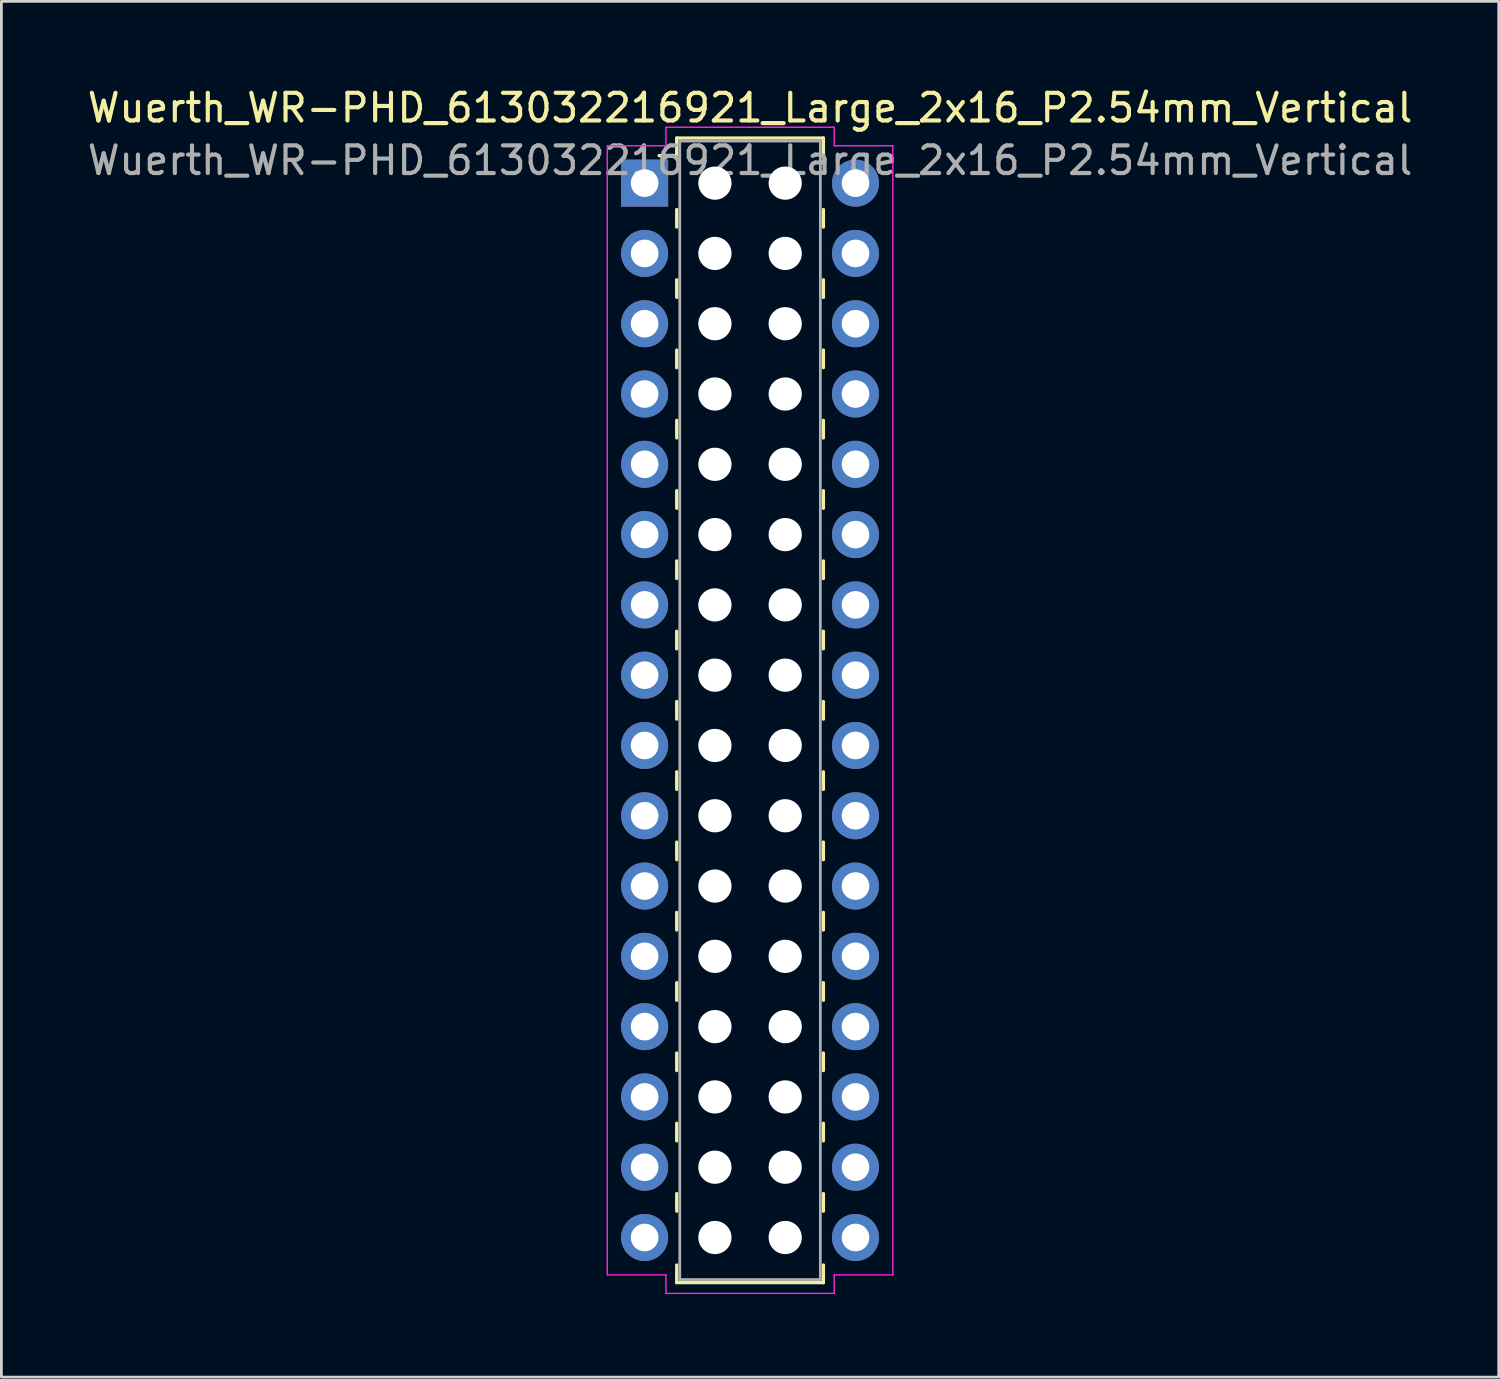
<source format=kicad_pcb>
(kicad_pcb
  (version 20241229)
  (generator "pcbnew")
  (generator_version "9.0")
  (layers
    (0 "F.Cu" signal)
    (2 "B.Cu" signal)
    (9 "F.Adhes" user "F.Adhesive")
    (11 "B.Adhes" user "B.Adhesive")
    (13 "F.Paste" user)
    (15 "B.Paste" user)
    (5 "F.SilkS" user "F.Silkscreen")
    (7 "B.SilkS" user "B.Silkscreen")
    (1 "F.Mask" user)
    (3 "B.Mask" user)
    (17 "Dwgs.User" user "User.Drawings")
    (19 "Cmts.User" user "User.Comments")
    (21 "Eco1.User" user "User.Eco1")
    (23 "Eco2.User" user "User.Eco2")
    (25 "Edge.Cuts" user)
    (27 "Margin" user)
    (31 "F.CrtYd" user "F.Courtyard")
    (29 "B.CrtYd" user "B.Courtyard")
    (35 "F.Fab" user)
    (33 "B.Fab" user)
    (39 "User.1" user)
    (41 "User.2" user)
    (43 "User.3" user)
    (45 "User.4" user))
  (footprint "Wuerth_WR-PHD_613032216921_Large_2x16_P2.54mm_Vertical"
    (layer "F.Cu")
    (at 20.244 3.568)
    (property "Reference" "Wuerth_WR-PHD_613032216921_Large_2x16_P2.54mm_Vertical" (at 3.81 -2.72 0) (layer "F.SilkS") (effects (font (size 1 1) (thickness 0.15))))
    (attr through_hole)
    (fp_line (start 1.16 -1.63) (end 1.16 -0.995) (stroke (width 0.12) (type solid)) (layer "F.SilkS"))
    (fp_line (start 1.16 -1.63) (end 6.46 -1.63) (stroke (width 0.12) (type solid)) (layer "F.SilkS"))
    (fp_line (start 1.16 -0.995) (end 0.525 -0.995) (stroke (width 0.12) (type solid)) (layer "F.SilkS"))
    (fp_line (start 1.16 0.953) (end 1.16 1.587) (stroke (width 0.12) (type solid)) (layer "F.SilkS"))
    (fp_line (start 1.16 3.493) (end 1.16 4.128) (stroke (width 0.12) (type solid)) (layer "F.SilkS"))
    (fp_line (start 1.16 6.032) (end 1.16 6.668) (stroke (width 0.12) (type solid)) (layer "F.SilkS"))
    (fp_line (start 1.16 8.572) (end 1.16 9.207) (stroke (width 0.12) (type solid)) (layer "F.SilkS"))
    (fp_line (start 1.16 11.113) (end 1.16 11.748) (stroke (width 0.12) (type solid)) (layer "F.SilkS"))
    (fp_line (start 1.16 13.652) (end 1.16 14.287) (stroke (width 0.12) (type solid)) (layer "F.SilkS"))
    (fp_line (start 1.16 16.192) (end 1.16 16.828) (stroke (width 0.12) (type solid)) (layer "F.SilkS"))
    (fp_line (start 1.16 18.733) (end 1.16 19.367) (stroke (width 0.12) (type solid)) (layer "F.SilkS"))
    (fp_line (start 1.16 21.273) (end 1.16 21.907) (stroke (width 0.12) (type solid)) (layer "F.SilkS"))
    (fp_line (start 1.16 23.812) (end 1.16 24.448) (stroke (width 0.12) (type solid)) (layer "F.SilkS"))
    (fp_line (start 1.16 26.352) (end 1.16 26.988) (stroke (width 0.12) (type solid)) (layer "F.SilkS"))
    (fp_line (start 1.16 28.892) (end 1.16 29.527) (stroke (width 0.12) (type solid)) (layer "F.SilkS"))
    (fp_line (start 1.16 31.433) (end 1.16 32.068) (stroke (width 0.12) (type solid)) (layer "F.SilkS"))
    (fp_line (start 1.16 33.972) (end 1.16 34.608) (stroke (width 0.12) (type solid)) (layer "F.SilkS"))
    (fp_line (start 1.16 36.513) (end 1.16 37.148) (stroke (width 0.12) (type solid)) (layer "F.SilkS"))
    (fp_line (start 1.16 39.73) (end 1.16 39.095) (stroke (width 0.12) (type solid)) (layer "F.SilkS"))
    (fp_line (start 1.16 39.73) (end 6.46 39.73) (stroke (width 0.12) (type solid)) (layer "F.SilkS"))
    (fp_line (start 6.46 -1.63) (end 6.46 -0.995) (stroke (width 0.12) (type solid)) (layer "F.SilkS"))
    (fp_line (start 6.46 0.953) (end 6.46 1.587) (stroke (width 0.12) (type solid)) (layer "F.SilkS"))
    (fp_line (start 6.46 3.493) (end 6.46 4.128) (stroke (width 0.12) (type solid)) (layer "F.SilkS"))
    (fp_line (start 6.46 6.032) (end 6.46 6.668) (stroke (width 0.12) (type solid)) (layer "F.SilkS"))
    (fp_line (start 6.46 8.572) (end 6.46 9.207) (stroke (width 0.12) (type solid)) (layer "F.SilkS"))
    (fp_line (start 6.46 11.113) (end 6.46 11.748) (stroke (width 0.12) (type solid)) (layer "F.SilkS"))
    (fp_line (start 6.46 13.652) (end 6.46 14.287) (stroke (width 0.12) (type solid)) (layer "F.SilkS"))
    (fp_line (start 6.46 16.192) (end 6.46 16.828) (stroke (width 0.12) (type solid)) (layer "F.SilkS"))
    (fp_line (start 6.46 18.733) (end 6.46 19.367) (stroke (width 0.12) (type solid)) (layer "F.SilkS"))
    (fp_line (start 6.46 21.273) (end 6.46 21.907) (stroke (width 0.12) (type solid)) (layer "F.SilkS"))
    (fp_line (start 6.46 23.812) (end 6.46 24.448) (stroke (width 0.12) (type solid)) (layer "F.SilkS"))
    (fp_line (start 6.46 26.352) (end 6.46 26.988) (stroke (width 0.12) (type solid)) (layer "F.SilkS"))
    (fp_line (start 6.46 28.892) (end 6.46 29.527) (stroke (width 0.12) (type solid)) (layer "F.SilkS"))
    (fp_line (start 6.46 31.433) (end 6.46 32.068) (stroke (width 0.12) (type solid)) (layer "F.SilkS"))
    (fp_line (start 6.46 33.972) (end 6.46 34.608) (stroke (width 0.12) (type solid)) (layer "F.SilkS"))
    (fp_line (start 6.46 36.513) (end 6.46 37.148) (stroke (width 0.12) (type solid)) (layer "F.SilkS"))
    (fp_line (start 6.46 39.73) (end 6.46 39.095) (stroke (width 0.12) (type solid)) (layer "F.SilkS"))
    (fp_line (start -1.35 -1.35) (end 0.77 -1.35) (stroke (width 0.05) (type solid)) (layer "F.CrtYd"))
    (fp_line (start -1.35 39.45) (end -1.35 -1.35) (stroke (width 0.05) (type solid)) (layer "F.CrtYd"))
    (fp_line (start 0.77 -2.02) (end 6.85 -2.02) (stroke (width 0.05) (type solid)) (layer "F.CrtYd"))
    (fp_line (start 0.77 -1.35) (end 0.77 -2.02) (stroke (width 0.05) (type solid)) (layer "F.CrtYd"))
    (fp_line (start 0.77 39.45) (end -1.35 39.45) (stroke (width 0.05) (type solid)) (layer "F.CrtYd"))
    (fp_line (start 0.77 40.12) (end 0.77 39.45) (stroke (width 0.05) (type solid)) (layer "F.CrtYd"))
    (fp_line (start 6.85 -2.02) (end 6.85 -1.35) (stroke (width 0.05) (type solid)) (layer "F.CrtYd"))
    (fp_line (start 6.85 -1.35) (end 8.97 -1.35) (stroke (width 0.05) (type solid)) (layer "F.CrtYd"))
    (fp_line (start 6.85 39.45) (end 6.85 40.12) (stroke (width 0.05) (type solid)) (layer "F.CrtYd"))
    (fp_line (start 6.85 40.12) (end 0.77 40.12) (stroke (width 0.05) (type solid)) (layer "F.CrtYd"))
    (fp_line (start 8.97 -1.35) (end 8.97 39.45) (stroke (width 0.05) (type solid)) (layer "F.CrtYd"))
    (fp_line (start 8.97 39.45) (end 6.85 39.45) (stroke (width 0.05) (type solid)) (layer "F.CrtYd"))
    (fp_line (start 1.27 -1.52) (end 1.27 39.62) (stroke (width 0.1) (type solid)) (layer "F.Fab"))
    (fp_line (start 1.27 39.62) (end 6.35 39.62) (stroke (width 0.1) (type solid)) (layer "F.Fab"))
    (fp_line (start 6.35 -1.52) (end 1.27 -1.52) (stroke (width 0.1) (type solid)) (layer "F.Fab"))
    (fp_line (start 6.35 39.62) (end 6.35 -1.52) (stroke (width 0.1) (type solid)) (layer "F.Fab"))
    (fp_text user "${REFERENCE}" (at 3.81 -0.82 0) (layer "F.Fab") (effects (font (size 1 1) (thickness 0.15))))
    (pad "" np_thru_hole circle (at 2.54 0) (size 1.2 1.2) (drill 1.2) (layers "*.Cu" "*.Mask"))
    (pad "" np_thru_hole circle (at 2.54 2.54) (size 1.2 1.2) (drill 1.2) (layers "*.Cu" "*.Mask"))
    (pad "" np_thru_hole circle (at 2.54 5.08) (size 1.2 1.2) (drill 1.2) (layers "*.Cu" "*.Mask"))
    (pad "" np_thru_hole circle (at 2.54 7.62) (size 1.2 1.2) (drill 1.2) (layers "*.Cu" "*.Mask"))
    (pad "" np_thru_hole circle (at 2.54 10.16) (size 1.2 1.2) (drill 1.2) (layers "*.Cu" "*.Mask"))
    (pad "" np_thru_hole circle (at 2.54 12.7) (size 1.2 1.2) (drill 1.2) (layers "*.Cu" "*.Mask"))
    (pad "" np_thru_hole circle (at 2.54 15.24) (size 1.2 1.2) (drill 1.2) (layers "*.Cu" "*.Mask"))
    (pad "" np_thru_hole circle (at 2.54 17.78) (size 1.2 1.2) (drill 1.2) (layers "*.Cu" "*.Mask"))
    (pad "" np_thru_hole circle (at 2.54 20.32) (size 1.2 1.2) (drill 1.2) (layers "*.Cu" "*.Mask"))
    (pad "" np_thru_hole circle (at 2.54 22.86) (size 1.2 1.2) (drill 1.2) (layers "*.Cu" "*.Mask"))
    (pad "" np_thru_hole circle (at 2.54 25.4) (size 1.2 1.2) (drill 1.2) (layers "*.Cu" "*.Mask"))
    (pad "" np_thru_hole circle (at 2.54 27.94) (size 1.2 1.2) (drill 1.2) (layers "*.Cu" "*.Mask"))
    (pad "" np_thru_hole circle (at 2.54 30.48) (size 1.2 1.2) (drill 1.2) (layers "*.Cu" "*.Mask"))
    (pad "" np_thru_hole circle (at 2.54 33.02) (size 1.2 1.2) (drill 1.2) (layers "*.Cu" "*.Mask"))
    (pad "" np_thru_hole circle (at 2.54 35.56) (size 1.2 1.2) (drill 1.2) (layers "*.Cu" "*.Mask"))
    (pad "" np_thru_hole circle (at 2.54 38.1) (size 1.2 1.2) (drill 1.2) (layers "*.Cu" "*.Mask"))
    (pad "" np_thru_hole circle (at 5.08 0) (size 1.2 1.2) (drill 1.2) (layers "*.Cu" "*.Mask"))
    (pad "" np_thru_hole circle (at 5.08 2.54) (size 1.2 1.2) (drill 1.2) (layers "*.Cu" "*.Mask"))
    (pad "" np_thru_hole circle (at 5.08 5.08) (size 1.2 1.2) (drill 1.2) (layers "*.Cu" "*.Mask"))
    (pad "" np_thru_hole circle (at 5.08 7.62) (size 1.2 1.2) (drill 1.2) (layers "*.Cu" "*.Mask"))
    (pad "" np_thru_hole circle (at 5.08 10.16) (size 1.2 1.2) (drill 1.2) (layers "*.Cu" "*.Mask"))
    (pad "" np_thru_hole circle (at 5.08 12.7) (size 1.2 1.2) (drill 1.2) (layers "*.Cu" "*.Mask"))
    (pad "" np_thru_hole circle (at 5.08 15.24) (size 1.2 1.2) (drill 1.2) (layers "*.Cu" "*.Mask"))
    (pad "" np_thru_hole circle (at 5.08 17.78) (size 1.2 1.2) (drill 1.2) (layers "*.Cu" "*.Mask"))
    (pad "" np_thru_hole circle (at 5.08 20.32) (size 1.2 1.2) (drill 1.2) (layers "*.Cu" "*.Mask"))
    (pad "" np_thru_hole circle (at 5.08 22.86) (size 1.2 1.2) (drill 1.2) (layers "*.Cu" "*.Mask"))
    (pad "" np_thru_hole circle (at 5.08 25.4) (size 1.2 1.2) (drill 1.2) (layers "*.Cu" "*.Mask"))
    (pad "" np_thru_hole circle (at 5.08 27.94) (size 1.2 1.2) (drill 1.2) (layers "*.Cu" "*.Mask"))
    (pad "" np_thru_hole circle (at 5.08 30.48) (size 1.2 1.2) (drill 1.2) (layers "*.Cu" "*.Mask"))
    (pad "" np_thru_hole circle (at 5.08 33.02) (size 1.2 1.2) (drill 1.2) (layers "*.Cu" "*.Mask"))
    (pad "" np_thru_hole circle (at 5.08 35.56) (size 1.2 1.2) (drill 1.2) (layers "*.Cu" "*.Mask"))
    (pad "" np_thru_hole circle (at 5.08 38.1) (size 1.2 1.2) (drill 1.2) (layers "*.Cu" "*.Mask"))
    (pad "1" thru_hole rect (at 0 0) (size 1.7 1.7) (drill 1) (layers "*.Cu" "*.Mask"))
    (pad "2" thru_hole circle (at 7.62 0) (size 1.7 1.7) (drill 1) (layers "*.Cu" "*.Mask"))
    (pad "3" thru_hole circle (at 0 2.54) (size 1.7 1.7) (drill 1) (layers "*.Cu" "*.Mask"))
    (pad "4" thru_hole circle (at 7.62 2.54) (size 1.7 1.7) (drill 1) (layers "*.Cu" "*.Mask"))
    (pad "5" thru_hole circle (at 0 5.08) (size 1.7 1.7) (drill 1) (layers "*.Cu" "*.Mask"))
    (pad "6" thru_hole circle (at 7.62 5.08) (size 1.7 1.7) (drill 1) (layers "*.Cu" "*.Mask"))
    (pad "7" thru_hole circle (at 0 7.62) (size 1.7 1.7) (drill 1) (layers "*.Cu" "*.Mask"))
    (pad "8" thru_hole circle (at 7.62 7.62) (size 1.7 1.7) (drill 1) (layers "*.Cu" "*.Mask"))
    (pad "9" thru_hole circle (at 0 10.16) (size 1.7 1.7) (drill 1) (layers "*.Cu" "*.Mask"))
    (pad "10" thru_hole circle (at 7.62 10.16) (size 1.7 1.7) (drill 1) (layers "*.Cu" "*.Mask"))
    (pad "11" thru_hole circle (at 0 12.7) (size 1.7 1.7) (drill 1) (layers "*.Cu" "*.Mask"))
    (pad "12" thru_hole circle (at 7.62 12.7) (size 1.7 1.7) (drill 1) (layers "*.Cu" "*.Mask"))
    (pad "13" thru_hole circle (at 0 15.24) (size 1.7 1.7) (drill 1) (layers "*.Cu" "*.Mask"))
    (pad "14" thru_hole circle (at 7.62 15.24) (size 1.7 1.7) (drill 1) (layers "*.Cu" "*.Mask"))
    (pad "15" thru_hole circle (at 0 17.78) (size 1.7 1.7) (drill 1) (layers "*.Cu" "*.Mask"))
    (pad "16" thru_hole circle (at 7.62 17.78) (size 1.7 1.7) (drill 1) (layers "*.Cu" "*.Mask"))
    (pad "17" thru_hole circle (at 0 20.32) (size 1.7 1.7) (drill 1) (layers "*.Cu" "*.Mask"))
    (pad "18" thru_hole circle (at 7.62 20.32) (size 1.7 1.7) (drill 1) (layers "*.Cu" "*.Mask"))
    (pad "19" thru_hole circle (at 0 22.86) (size 1.7 1.7) (drill 1) (layers "*.Cu" "*.Mask"))
    (pad "20" thru_hole circle (at 7.62 22.86) (size 1.7 1.7) (drill 1) (layers "*.Cu" "*.Mask"))
    (pad "21" thru_hole circle (at 0 25.4) (size 1.7 1.7) (drill 1) (layers "*.Cu" "*.Mask"))
    (pad "22" thru_hole circle (at 7.62 25.4) (size 1.7 1.7) (drill 1) (layers "*.Cu" "*.Mask"))
    (pad "23" thru_hole circle (at 0 27.94) (size 1.7 1.7) (drill 1) (layers "*.Cu" "*.Mask"))
    (pad "24" thru_hole circle (at 7.62 27.94) (size 1.7 1.7) (drill 1) (layers "*.Cu" "*.Mask"))
    (pad "25" thru_hole circle (at 0 30.48) (size 1.7 1.7) (drill 1) (layers "*.Cu" "*.Mask"))
    (pad "26" thru_hole circle (at 7.62 30.48) (size 1.7 1.7) (drill 1) (layers "*.Cu" "*.Mask"))
    (pad "27" thru_hole circle (at 0 33.02) (size 1.7 1.7) (drill 1) (layers "*.Cu" "*.Mask"))
    (pad "28" thru_hole circle (at 7.62 33.02) (size 1.7 1.7) (drill 1) (layers "*.Cu" "*.Mask"))
    (pad "29" thru_hole circle (at 0 35.56) (size 1.7 1.7) (drill 1) (layers "*.Cu" "*.Mask"))
    (pad "30" thru_hole circle (at 7.62 35.56) (size 1.7 1.7) (drill 1) (layers "*.Cu" "*.Mask"))
    (pad "31" thru_hole circle (at 0 38.1) (size 1.7 1.7) (drill 1) (layers "*.Cu" "*.Mask"))
    (pad "32" thru_hole circle (at 7.62 38.1) (size 1.7 1.7) (drill 1) (layers "*.Cu" "*.Mask")))
  (gr_rect
    (start -3 -3)
    (end 51.107 46.713)
    (stroke (width 0.1) (type default))
    (fill no)
    (layer "Edge.Cuts")))
</source>
